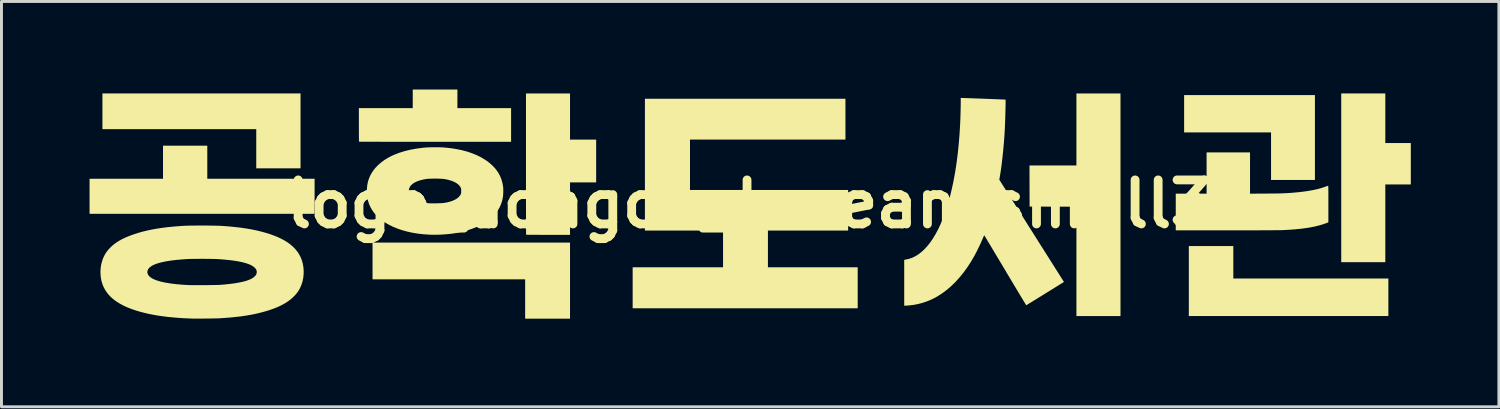
<source format=kicad_pcb>
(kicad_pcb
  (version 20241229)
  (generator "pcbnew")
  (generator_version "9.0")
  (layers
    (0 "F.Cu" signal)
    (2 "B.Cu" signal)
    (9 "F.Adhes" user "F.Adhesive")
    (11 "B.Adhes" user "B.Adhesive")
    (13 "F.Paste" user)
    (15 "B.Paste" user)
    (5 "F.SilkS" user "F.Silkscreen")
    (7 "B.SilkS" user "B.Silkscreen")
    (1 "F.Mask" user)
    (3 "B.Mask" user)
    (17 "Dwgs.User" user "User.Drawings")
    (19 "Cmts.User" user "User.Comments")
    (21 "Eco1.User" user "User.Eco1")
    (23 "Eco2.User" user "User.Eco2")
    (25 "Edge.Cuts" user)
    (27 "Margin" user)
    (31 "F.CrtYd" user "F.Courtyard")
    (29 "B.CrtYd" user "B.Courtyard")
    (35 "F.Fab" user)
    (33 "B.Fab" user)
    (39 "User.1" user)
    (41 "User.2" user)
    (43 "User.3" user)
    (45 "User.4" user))
  (footprint "logo_dongdo_korean_small3"
    (layer "F.Cu")
    (at 22.496 3.898)
    (property "Reference" "logo_dongdo_korean_small3" (at 0 0 0) (layer "F.SilkS") (effects (font (size 1.5 1.5) (thickness 0.3))))
    (attr board_only exclude_from_pos_files exclude_from_bom)
    (fp_poly (pts (xy -15.312 -2.491) (xy -15.312 -1.216) (xy -16.066 -1.216) (xy -16.82 -1.216) (xy -16.82 -1.883) (xy -16.82 -2.55) (xy -19.439 -2.55) (xy -22.058 -2.55) (xy -22.058 -3.158) (xy -22.058 -3.766) (xy -18.685 -3.766) (xy -15.312 -3.766)) (stroke (width 0) (type solid)) (fill yes) (layer "F.SilkS"))
    (fp_poly (pts (xy -6.135 2.609) (xy -6.135 3.904) (xy -6.899 3.904) (xy -7.663 3.904) (xy -7.663 3.234) (xy -7.663 2.564) (xy -10.261 2.564) (xy -12.86 2.564) (xy -12.86 1.938) (xy -12.86 1.313) (xy -9.497 1.313) (xy -6.135 1.313)) (stroke (width 0) (type solid)) (fill yes) (layer "F.SilkS"))
    (fp_poly (pts (xy 16.452 1.984) (xy 16.452 2.536) (xy 19.092 2.536) (xy 21.732 2.536) (xy 21.732 3.175) (xy 21.732 3.814) (xy 18.334 3.814) (xy 14.937 3.814) (xy 14.937 2.623) (xy 14.937 1.431) (xy 15.694 1.431) (xy 16.452 1.431)) (stroke (width 0) (type solid)) (fill yes) (layer "F.SilkS"))
    (fp_poly (pts (xy 19.231 -2.265) (xy 19.231 -0.82) (xy 18.484 -0.82) (xy 17.737 -0.82) (xy 17.737 -1.629) (xy 17.737 -2.439) (xy 16.257 -2.439) (xy 14.777 -2.439) (xy 14.777 -3.074) (xy 14.777 -3.71) (xy 17.004 -3.71) (xy 19.231 -3.71)) (stroke (width 0) (type solid)) (fill yes) (layer "F.SilkS"))
    (fp_poly (pts (xy -18.487 -1.424) (xy -18.487 -0.861) (xy -16.66 -0.861) (xy -14.833 -0.861) (xy -14.833 -0.264) (xy -14.833 0.333) (xy -18.664 0.333) (xy -22.496 0.333) (xy -22.496 -0.264) (xy -22.496 -0.861) (xy -21.245 -0.861) (xy -19.995 -0.861) (xy -19.995 -1.424) (xy -19.995 -1.987) (xy -19.241 -1.987) (xy -18.487 -1.987)) (stroke (width 0) (type solid)) (fill yes) (layer "F.SilkS"))
    (fp_poly (pts (xy 12.61 0.024) (xy 12.61 3.814) (xy 11.859 3.814) (xy 11.109 3.814) (xy 11.109 1.952) (xy 11.109 0.09) (xy 10.312 0.089) (xy 9.515 0.087) (xy 9.513 -0.613) (xy 9.511 -1.313) (xy 10.31 -1.313) (xy 11.109 -1.313) (xy 11.109 -2.539) (xy 11.109 -3.766) (xy 11.859 -3.766) (xy 12.61 -3.766)) (stroke (width 0) (type solid)) (fill yes) (layer "F.SilkS"))
    (fp_poly (pts (xy 21.628 -2.921) (xy 21.628 -2.077) (xy 22.062 -2.077) (xy 22.496 -2.077) (xy 22.496 -1.372) (xy 22.496 -0.667) (xy 22.062 -0.667) (xy 21.628 -0.667) (xy 21.628 0.657) (xy 21.628 1.98) (xy 20.877 1.98) (xy 20.127 1.98) (xy 20.127 -0.893) (xy 20.127 -3.766) (xy 20.877 -3.766) (xy 21.628 -3.766)) (stroke (width 0) (type solid)) (fill yes) (layer "F.SilkS"))
    (fp_poly (pts (xy 3.244 -2.89) (xy 3.244 -2.195) (xy 0.597 -2.195) (xy -2.05 -2.195) (xy -2.05 -1.337) (xy -2.05 -0.479) (xy 0.643 -0.479) (xy 3.335 -0.479) (xy 3.335 0.212) (xy 3.335 0.903) (xy 1.97 0.903) (xy 0.604 0.903) (xy 0.604 1.528) (xy 0.604 2.154) (xy 2.133 2.154) (xy 3.661 2.154) (xy 3.661 2.852) (xy 3.661 3.55) (xy -0.17 3.55) (xy -4.002 3.55) (xy -4.002 2.852) (xy -4.002 2.154) (xy -2.463 2.154) (xy -0.924 2.154) (xy -0.924 1.528) (xy -0.924 0.903) (xy -2.254 0.903) (xy -3.585 0.903) (xy -3.585 -1.341) (xy -3.585 -3.585) (xy -0.17 -3.585) (xy 3.244 -3.585)) (stroke (width 0) (type solid)) (fill yes) (layer "F.SilkS"))
    (fp_poly (pts (xy -9.97 -3.581) (xy -9.97 -3.265) (xy -9.056 -3.265) (xy -8.142 -3.265) (xy -8.142 -2.692) (xy -8.142 -2.119) (xy -10.729 -2.119) (xy -10.918 -2.119) (xy -11.103 -2.119) (xy -11.285 -2.119) (xy -11.461 -2.119) (xy -11.633 -2.119) (xy -11.799 -2.119) (xy -11.959 -2.12) (xy -12.113 -2.12) (xy -12.26 -2.12) (xy -12.4 -2.12) (xy -12.531 -2.12) (xy -12.654 -2.121) (xy -12.769 -2.121) (xy -12.874 -2.121) (xy -12.969 -2.121) (xy -13.054 -2.122) (xy -13.128 -2.122) (xy -13.191 -2.122) (xy -13.242 -2.122) (xy -13.28 -2.123) (xy -13.306 -2.123) (xy -13.319 -2.123) (xy -13.321 -2.124) (xy -13.321 -2.131) (xy -13.322 -2.151) (xy -13.323 -2.184) (xy -13.323 -2.227) (xy -13.324 -2.279) (xy -13.324 -2.341) (xy -13.325 -2.41) (xy -13.325 -2.485) (xy -13.325 -2.567) (xy -13.325 -2.652) (xy -13.325 -2.697) (xy -13.325 -3.265) (xy -12.408 -3.265) (xy -11.491 -3.265) (xy -11.491 -3.581) (xy -11.491 -3.898) (xy -10.73 -3.898) (xy -9.97 -3.898)) (stroke (width 0) (type solid)) (fill yes) (layer "F.SilkS"))
    (fp_poly (pts (xy -6.135 -2.98) (xy -6.135 -2.195) (xy -5.69 -2.195) (xy -5.245 -2.195) (xy -5.245 -1.466) (xy -5.245 -0.736) (xy -5.69 -0.736) (xy -6.135 -0.736) (xy -6.135 0.156) (xy -6.135 1.049) (xy -6.88 1.049) (xy -6.981 1.049) (xy -7.078 1.049) (xy -7.17 1.049) (xy -7.256 1.048) (xy -7.335 1.048) (xy -7.407 1.048) (xy -7.471 1.047) (xy -7.525 1.047) (xy -7.569 1.046) (xy -7.602 1.046) (xy -7.623 1.045) (xy -7.631 1.044) (xy -7.631 1.044) (xy -7.631 1.037) (xy -7.631 1.017) (xy -7.632 0.983) (xy -7.632 0.937) (xy -7.632 0.879) (xy -7.633 0.81) (xy -7.633 0.73) (xy -7.633 0.64) (xy -7.633 0.539) (xy -7.634 0.43) (xy -7.634 0.311) (xy -7.634 0.184) (xy -7.634 0.049) (xy -7.635 -0.093) (xy -7.635 -0.242) (xy -7.635 -0.397) (xy -7.635 -0.559) (xy -7.635 -0.726) (xy -7.635 -0.897) (xy -7.635 -1.073) (xy -7.635 -1.253) (xy -7.635 -1.363) (xy -7.635 -3.766) (xy -6.885 -3.766) (xy -6.135 -3.766)) (stroke (width 0) (type solid)) (fill yes) (layer "F.SilkS"))
    (fp_poly (pts (xy 17.021 -1.055) (xy 17.021 -0.353) (xy 17.568 -0.356) (xy 17.679 -0.357) (xy 17.778 -0.358) (xy 17.865 -0.359) (xy 17.943 -0.36) (xy 18.013 -0.361) (xy 18.076 -0.363) (xy 18.134 -0.365) (xy 18.188 -0.367) (xy 18.239 -0.369) (xy 18.29 -0.372) (xy 18.341 -0.375) (xy 18.395 -0.379) (xy 18.451 -0.383) (xy 18.484 -0.386) (xy 18.675 -0.403) (xy 18.856 -0.425) (xy 19.024 -0.45) (xy 19.18 -0.478) (xy 19.324 -0.51) (xy 19.454 -0.546) (xy 19.572 -0.585) (xy 19.581 -0.588) (xy 19.614 -0.6) (xy 19.643 -0.611) (xy 19.665 -0.619) (xy 19.677 -0.623) (xy 19.677 -0.623) (xy 19.679 -0.623) (xy 19.681 -0.621) (xy 19.683 -0.617) (xy 19.684 -0.61) (xy 19.685 -0.598) (xy 19.686 -0.581) (xy 19.687 -0.558) (xy 19.688 -0.528) (xy 19.688 -0.491) (xy 19.688 -0.446) (xy 19.689 -0.391) (xy 19.689 -0.326) (xy 19.689 -0.25) (xy 19.689 -0.162) (xy 19.689 -0.062) (xy 19.689 -0.002) (xy 19.689 0.623) (xy 19.625 0.648) (xy 19.503 0.691) (xy 19.372 0.729) (xy 19.232 0.764) (xy 19.083 0.794) (xy 18.923 0.82) (xy 18.752 0.842) (xy 18.571 0.86) (xy 18.377 0.875) (xy 18.17 0.886) (xy 18.088 0.889) (xy 18.061 0.89) (xy 18.021 0.891) (xy 17.969 0.891) (xy 17.904 0.892) (xy 17.827 0.892) (xy 17.74 0.893) (xy 17.642 0.893) (xy 17.534 0.894) (xy 17.417 0.894) (xy 17.292 0.895) (xy 17.158 0.895) (xy 17.017 0.895) (xy 16.869 0.896) (xy 16.714 0.896) (xy 16.554 0.896) (xy 16.388 0.896) (xy 16.218 0.896) (xy 16.193 0.896) (xy 14.492 0.896) (xy 14.492 0.271) (xy 14.492 -0.354) (xy 15.017 -0.354) (xy 15.542 -0.354) (xy 15.542 -1.056) (xy 15.542 -1.758) (xy 16.281 -1.758) (xy 17.021 -1.758)) (stroke (width 0) (type solid)) (fill yes) (layer "F.SilkS"))
    (fp_poly (pts (xy -10.654 -1.933) (xy -10.583 -1.932) (xy -10.519 -1.93) (xy -10.462 -1.928) (xy -10.421 -1.925) (xy -10.211 -1.904) (xy -10.01 -1.873) (xy -9.82 -1.834) (xy -9.64 -1.786) (xy -9.47 -1.729) (xy -9.311 -1.664) (xy -9.162 -1.59) (xy -9.025 -1.507) (xy -8.939 -1.448) (xy -8.829 -1.359) (xy -8.732 -1.265) (xy -8.648 -1.167) (xy -8.576 -1.063) (xy -8.517 -0.953) (xy -8.471 -0.838) (xy -8.436 -0.717) (xy -8.414 -0.589) (xy -8.413 -0.58) (xy -8.409 -0.535) (xy -8.408 -0.48) (xy -8.408 -0.419) (xy -8.41 -0.357) (xy -8.414 -0.297) (xy -8.42 -0.245) (xy -8.424 -0.215) (xy -8.452 -0.092) (xy -8.492 0.024) (xy -8.544 0.135) (xy -8.608 0.239) (xy -8.684 0.338) (xy -8.772 0.431) (xy -8.873 0.519) (xy -8.987 0.602) (xy -9.114 0.68) (xy -9.132 0.69) (xy -9.25 0.75) (xy -9.378 0.807) (xy -9.516 0.858) (xy -9.659 0.904) (xy -9.805 0.944) (xy -9.953 0.977) (xy -9.984 0.982) (xy -10.119 1.004) (xy -10.264 1.021) (xy -10.416 1.034) (xy -10.57 1.043) (xy -10.724 1.046) (xy -10.873 1.045) (xy -10.935 1.042) (xy -11.13 1.029) (xy -11.32 1.007) (xy -11.502 0.977) (xy -11.678 0.938) (xy -11.846 0.892) (xy -12.005 0.838) (xy -12.156 0.777) (xy -12.296 0.709) (xy -12.427 0.633) (xy -12.546 0.551) (xy -12.654 0.463) (xy -12.696 0.424) (xy -12.784 0.329) (xy -12.86 0.228) (xy -12.923 0.121) (xy -12.975 0.009) (xy -13.013 -0.108) (xy -13.025 -0.16) (xy -13.045 -0.28) (xy -13.054 -0.402) (xy -13.053 -0.424) (xy -11.625 -0.424) (xy -11.614 -0.364) (xy -11.59 -0.308) (xy -11.552 -0.256) (xy -11.537 -0.239) (xy -11.48 -0.191) (xy -11.411 -0.149) (xy -11.33 -0.112) (xy -11.237 -0.081) (xy -11.131 -0.055) (xy -11.013 -0.035) (xy -10.932 -0.025) (xy -10.906 -0.024) (xy -10.869 -0.023) (xy -10.823 -0.023) (xy -10.771 -0.023) (xy -10.714 -0.024) (xy -10.656 -0.025) (xy -10.599 -0.027) (xy -10.544 -0.029) (xy -10.496 -0.031) (xy -10.456 -0.034) (xy -10.426 -0.037) (xy -10.419 -0.038) (xy -10.313 -0.058) (xy -10.216 -0.083) (xy -10.129 -0.113) (xy -10.051 -0.149) (xy -9.985 -0.189) (xy -9.929 -0.233) (xy -9.887 -0.282) (xy -9.861 -0.323) (xy -9.853 -0.342) (xy -9.847 -0.359) (xy -9.843 -0.377) (xy -9.842 -0.4) (xy -9.841 -0.432) (xy -9.841 -0.445) (xy -9.841 -0.48) (xy -9.843 -0.506) (xy -9.845 -0.525) (xy -9.85 -0.541) (xy -9.858 -0.559) (xy -9.861 -0.565) (xy -9.894 -0.617) (xy -9.94 -0.666) (xy -9.998 -0.71) (xy -10.068 -0.749) (xy -10.149 -0.784) (xy -10.241 -0.813) (xy -10.342 -0.838) (xy -10.426 -0.852) (xy -10.466 -0.857) (xy -10.518 -0.861) (xy -10.578 -0.863) (xy -10.644 -0.865) (xy -10.713 -0.866) (xy -10.783 -0.866) (xy -10.851 -0.864) (xy -10.915 -0.862) (xy -10.971 -0.859) (xy -11.017 -0.855) (xy -11.035 -0.852) (xy -11.145 -0.832) (xy -11.244 -0.807) (xy -11.333 -0.776) (xy -11.411 -0.74) (xy -11.478 -0.7) (xy -11.532 -0.655) (xy -11.575 -0.606) (xy -11.605 -0.552) (xy -11.622 -0.496) (xy -11.623 -0.487) (xy -11.625 -0.424) (xy -13.053 -0.424) (xy -13.052 -0.525) (xy -13.039 -0.646) (xy -13.016 -0.761) (xy -13.002 -0.809) (xy -12.961 -0.921) (xy -12.907 -1.029) (xy -12.84 -1.133) (xy -12.762 -1.232) (xy -12.671 -1.326) (xy -12.57 -1.414) (xy -12.459 -1.497) (xy -12.337 -1.572) (xy -12.206 -1.641) (xy -12.127 -1.677) (xy -11.956 -1.743) (xy -11.775 -1.8) (xy -11.585 -1.847) (xy -11.385 -1.884) (xy -11.175 -1.913) (xy -11.043 -1.925) (xy -10.996 -1.928) (xy -10.939 -1.93) (xy -10.873 -1.932) (xy -10.802 -1.933) (xy -10.728 -1.933)) (stroke (width 0) (type solid)) (fill yes) (layer "F.SilkS"))
    (fp_poly (pts (xy 7.196 -3.612) (xy 7.221 -3.612) (xy 7.257 -3.611) (xy 7.303 -3.609) (xy 7.359 -3.608) (xy 7.422 -3.605) (xy 7.493 -3.603) (xy 7.569 -3.6) (xy 7.65 -3.597) (xy 7.734 -3.594) (xy 7.821 -3.591) (xy 7.91 -3.588) (xy 7.999 -3.584) (xy 8.087 -3.581) (xy 8.173 -3.578) (xy 8.256 -3.574) (xy 8.336 -3.571) (xy 8.41 -3.568) (xy 8.478 -3.565) (xy 8.539 -3.563) (xy 8.591 -3.561) (xy 8.634 -3.559) (xy 8.667 -3.557) (xy 8.687 -3.556) (xy 8.696 -3.555) (xy 8.696 -3.555) (xy 8.697 -3.547) (xy 8.698 -3.526) (xy 8.698 -3.493) (xy 8.698 -3.45) (xy 8.697 -3.398) (xy 8.696 -3.339) (xy 8.695 -3.272) (xy 8.693 -3.2) (xy 8.691 -3.124) (xy 8.689 -3.045) (xy 8.687 -2.964) (xy 8.684 -2.883) (xy 8.681 -2.802) (xy 8.678 -2.723) (xy 8.675 -2.646) (xy 8.672 -2.574) (xy 8.668 -2.508) (xy 8.665 -2.448) (xy 8.663 -2.414) (xy 8.653 -2.261) (xy 8.641 -2.105) (xy 8.627 -1.948) (xy 8.613 -1.791) (xy 8.596 -1.636) (xy 8.579 -1.485) (xy 8.562 -1.339) (xy 8.543 -1.201) (xy 8.524 -1.073) (xy 8.505 -0.955) (xy 8.493 -0.885) (xy 8.483 -0.828) (xy 9.568 0.887) (xy 9.657 1.028) (xy 9.745 1.167) (xy 9.83 1.302) (xy 9.913 1.433) (xy 9.994 1.56) (xy 10.071 1.683) (xy 10.145 1.799) (xy 10.215 1.911) (xy 10.282 2.016) (xy 10.344 2.114) (xy 10.401 2.205) (xy 10.454 2.289) (xy 10.502 2.364) (xy 10.545 2.431) (xy 10.581 2.489) (xy 10.612 2.538) (xy 10.636 2.576) (xy 10.654 2.604) (xy 10.665 2.622) (xy 10.669 2.627) (xy 10.685 2.653) (xy 10.046 3.049) (xy 9.96 3.103) (xy 9.877 3.154) (xy 9.798 3.202) (xy 9.725 3.248) (xy 9.657 3.29) (xy 9.595 3.328) (xy 9.54 3.362) (xy 9.493 3.39) (xy 9.455 3.413) (xy 9.427 3.431) (xy 9.408 3.442) (xy 9.401 3.446) (xy 9.4 3.446) (xy 9.396 3.44) (xy 9.385 3.423) (xy 9.368 3.395) (xy 9.345 3.356) (xy 9.316 3.308) (xy 9.281 3.251) (xy 9.242 3.186) (xy 9.197 3.112) (xy 9.149 3.031) (xy 9.096 2.943) (xy 9.039 2.849) (xy 8.979 2.749) (xy 8.917 2.644) (xy 8.851 2.535) (xy 8.783 2.421) (xy 8.713 2.304) (xy 8.684 2.254) (xy 8.613 2.136) (xy 8.545 2.021) (xy 8.478 1.91) (xy 8.414 1.803) (xy 8.353 1.701) (xy 8.295 1.604) (xy 8.241 1.513) (xy 8.191 1.43) (xy 8.145 1.353) (xy 8.103 1.284) (xy 8.067 1.223) (xy 8.036 1.171) (xy 8.01 1.129) (xy 7.99 1.097) (xy 7.977 1.075) (xy 7.97 1.064) (xy 7.969 1.063) (xy 7.966 1.069) (xy 7.957 1.086) (xy 7.945 1.113) (xy 7.931 1.146) (xy 7.914 1.186) (xy 7.906 1.204) (xy 7.877 1.27) (xy 7.843 1.346) (xy 7.806 1.426) (xy 7.766 1.508) (xy 7.726 1.59) (xy 7.686 1.667) (xy 7.65 1.737) (xy 7.625 1.782) (xy 7.508 1.981) (xy 7.384 2.169) (xy 7.256 2.345) (xy 7.122 2.508) (xy 6.983 2.66) (xy 6.839 2.8) (xy 6.69 2.927) (xy 6.537 3.041) (xy 6.38 3.142) (xy 6.281 3.198) (xy 6.149 3.262) (xy 6.009 3.318) (xy 5.863 3.367) (xy 5.716 3.405) (xy 5.582 3.431) (xy 5.527 3.439) (xy 5.468 3.446) (xy 5.409 3.452) (xy 5.355 3.457) (xy 5.308 3.459) (xy 5.285 3.46) (xy 5.245 3.46) (xy 5.245 2.68) (xy 5.245 1.9) (xy 5.313 1.888) (xy 5.424 1.862) (xy 5.532 1.823) (xy 5.638 1.77) (xy 5.741 1.704) (xy 5.842 1.625) (xy 5.94 1.533) (xy 6.035 1.429) (xy 6.128 1.312) (xy 6.217 1.183) (xy 6.303 1.042) (xy 6.386 0.889) (xy 6.465 0.725) (xy 6.541 0.549) (xy 6.613 0.361) (xy 6.681 0.163) (xy 6.745 -0.047) (xy 6.806 -0.267) (xy 6.862 -0.497) (xy 6.915 -0.738) (xy 6.92 -0.764) (xy 6.977 -1.071) (xy 7.026 -1.388) (xy 7.068 -1.716) (xy 7.103 -2.055) (xy 7.131 -2.406) (xy 7.149 -2.71) (xy 7.152 -2.783) (xy 7.156 -2.865) (xy 7.159 -2.953) (xy 7.162 -3.044) (xy 7.164 -3.135) (xy 7.166 -3.224) (xy 7.168 -3.307) (xy 7.169 -3.383) (xy 7.17 -3.448) (xy 7.17 -3.462) (xy 7.17 -3.613)) (stroke (width 0) (type solid)) (fill yes) (layer "F.SilkS"))
    (fp_poly (pts (xy -18.579 0.733) (xy -18.482 0.733) (xy -18.388 0.734) (xy -18.297 0.736) (xy -18.213 0.737) (xy -18.136 0.739) (xy -18.068 0.741) (xy -18.011 0.743) (xy -17.977 0.745) (xy -17.753 0.762) (xy -17.542 0.783) (xy -17.343 0.806) (xy -17.154 0.834) (xy -16.974 0.865) (xy -16.803 0.901) (xy -16.638 0.941) (xy -16.48 0.985) (xy -16.327 1.034) (xy -16.313 1.039) (xy -16.155 1.098) (xy -16.011 1.161) (xy -15.879 1.229) (xy -15.76 1.302) (xy -15.652 1.381) (xy -15.557 1.465) (xy -15.472 1.555) (xy -15.399 1.65) (xy -15.368 1.699) (xy -15.313 1.8) (xy -15.269 1.909) (xy -15.237 2.023) (xy -15.215 2.142) (xy -15.205 2.262) (xy -15.206 2.383) (xy -15.218 2.504) (xy -15.241 2.622) (xy -15.276 2.737) (xy -15.322 2.846) (xy -15.33 2.863) (xy -15.369 2.933) (xy -15.411 2.997) (xy -15.46 3.06) (xy -15.517 3.123) (xy -15.538 3.145) (xy -15.623 3.224) (xy -15.717 3.298) (xy -15.82 3.367) (xy -15.933 3.431) (xy -16.057 3.492) (xy -16.193 3.549) (xy -16.341 3.602) (xy -16.463 3.641) (xy -16.62 3.685) (xy -16.781 3.725) (xy -16.948 3.761) (xy -17.122 3.792) (xy -17.304 3.82) (xy -17.496 3.843) (xy -17.698 3.864) (xy -17.912 3.88) (xy -18.077 3.891) (xy -18.109 3.892) (xy -18.152 3.894) (xy -18.206 3.895) (xy -18.268 3.896) (xy -18.337 3.897) (xy -18.411 3.898) (xy -18.488 3.899) (xy -18.566 3.9) (xy -18.644 3.901) (xy -18.719 3.901) (xy -18.79 3.902) (xy -18.855 3.902) (xy -18.913 3.902) (xy -18.961 3.901) (xy -18.997 3.901) (xy -19.008 3.9) (xy -19.247 3.89) (xy -19.473 3.876) (xy -19.688 3.858) (xy -19.892 3.837) (xy -20.086 3.811) (xy -20.271 3.781) (xy -20.448 3.747) (xy -20.617 3.709) (xy -20.781 3.666) (xy -20.881 3.637) (xy -21.05 3.581) (xy -21.207 3.52) (xy -21.35 3.454) (xy -21.481 3.383) (xy -21.6 3.307) (xy -21.706 3.225) (xy -21.8 3.138) (xy -21.882 3.045) (xy -21.952 2.947) (xy -22.01 2.843) (xy -22.056 2.733) (xy -22.091 2.617) (xy -22.1 2.578) (xy -22.118 2.459) (xy -22.125 2.338) (xy -22.125 2.323) (xy -20.528 2.323) (xy -20.52 2.37) (xy -20.498 2.416) (xy -20.464 2.459) (xy -20.416 2.5) (xy -20.355 2.538) (xy -20.282 2.573) (xy -20.196 2.605) (xy -20.099 2.634) (xy -20.05 2.647) (xy -19.931 2.672) (xy -19.802 2.695) (xy -19.663 2.715) (xy -19.512 2.732) (xy -19.349 2.746) (xy -19.173 2.757) (xy -19.161 2.758) (xy -19.129 2.759) (xy -19.086 2.76) (xy -19.032 2.761) (xy -18.969 2.762) (xy -18.898 2.762) (xy -18.823 2.762) (xy -18.743 2.762) (xy -18.66 2.762) (xy -18.576 2.761) (xy -18.493 2.761) (xy -18.412 2.76) (xy -18.335 2.759) (xy -18.263 2.758) (xy -18.198 2.757) (xy -18.141 2.755) (xy -18.095 2.754) (xy -18.059 2.753) (xy -18.046 2.752) (xy -17.873 2.737) (xy -17.713 2.72) (xy -17.567 2.701) (xy -17.434 2.679) (xy -17.314 2.655) (xy -17.207 2.628) (xy -17.113 2.599) (xy -17.032 2.567) (xy -16.962 2.532) (xy -16.905 2.494) (xy -16.861 2.454) (xy -16.828 2.411) (xy -16.823 2.403) (xy -16.807 2.358) (xy -16.802 2.311) (xy -16.809 2.264) (xy -16.821 2.234) (xy -16.852 2.189) (xy -16.895 2.147) (xy -16.95 2.108) (xy -17.019 2.071) (xy -17.1 2.038) (xy -17.195 2.007) (xy -17.302 1.979) (xy -17.423 1.954) (xy -17.557 1.932) (xy -17.704 1.912) (xy -17.865 1.896) (xy -18.039 1.881) (xy -18.14 1.875) (xy -18.186 1.872) (xy -18.245 1.871) (xy -18.314 1.869) (xy -18.39 1.868) (xy -18.473 1.867) (xy -18.56 1.866) (xy -18.649 1.866) (xy -18.739 1.866) (xy -18.827 1.867) (xy -18.912 1.867) (xy -18.991 1.869) (xy -19.062 1.87) (xy -19.125 1.872) (xy -19.176 1.874) (xy -19.189 1.875) (xy -19.373 1.888) (xy -19.543 1.903) (xy -19.7 1.922) (xy -19.843 1.943) (xy -19.973 1.968) (xy -20.089 1.995) (xy -20.192 2.025) (xy -20.28 2.057) (xy -20.356 2.093) (xy -20.417 2.132) (xy -20.465 2.173) (xy -20.5 2.217) (xy -20.521 2.264) (xy -20.523 2.273) (xy -20.528 2.323) (xy -22.125 2.323) (xy -22.121 2.217) (xy -22.107 2.098) (xy -22.081 1.983) (xy -22.046 1.872) (xy -22 1.767) (xy -21.945 1.671) (xy -21.932 1.652) (xy -21.864 1.562) (xy -21.787 1.479) (xy -21.702 1.4) (xy -21.607 1.327) (xy -21.502 1.259) (xy -21.386 1.194) (xy -21.258 1.134) (xy -21.118 1.077) (xy -20.971 1.024) (xy -20.835 0.981) (xy -20.696 0.942) (xy -20.553 0.907) (xy -20.405 0.875) (xy -20.25 0.846) (xy -20.088 0.82) (xy -19.917 0.797) (xy -19.736 0.777) (xy -19.544 0.76) (xy -19.339 0.745) (xy -19.297 0.742) (xy -19.251 0.74) (xy -19.192 0.738) (xy -19.123 0.736) (xy -19.045 0.735) (xy -18.96 0.734) (xy -18.869 0.733) (xy -18.775 0.733) (xy -18.677 0.733)) (stroke (width 0) (type solid)) (fill yes) (layer "F.SilkS")))
  (gr_rect
    (start -3 -3)
    (end 47.992 10.802)
    (stroke (width 0.1) (type default))
    (fill no)
    (layer "Edge.Cuts")))
</source>
